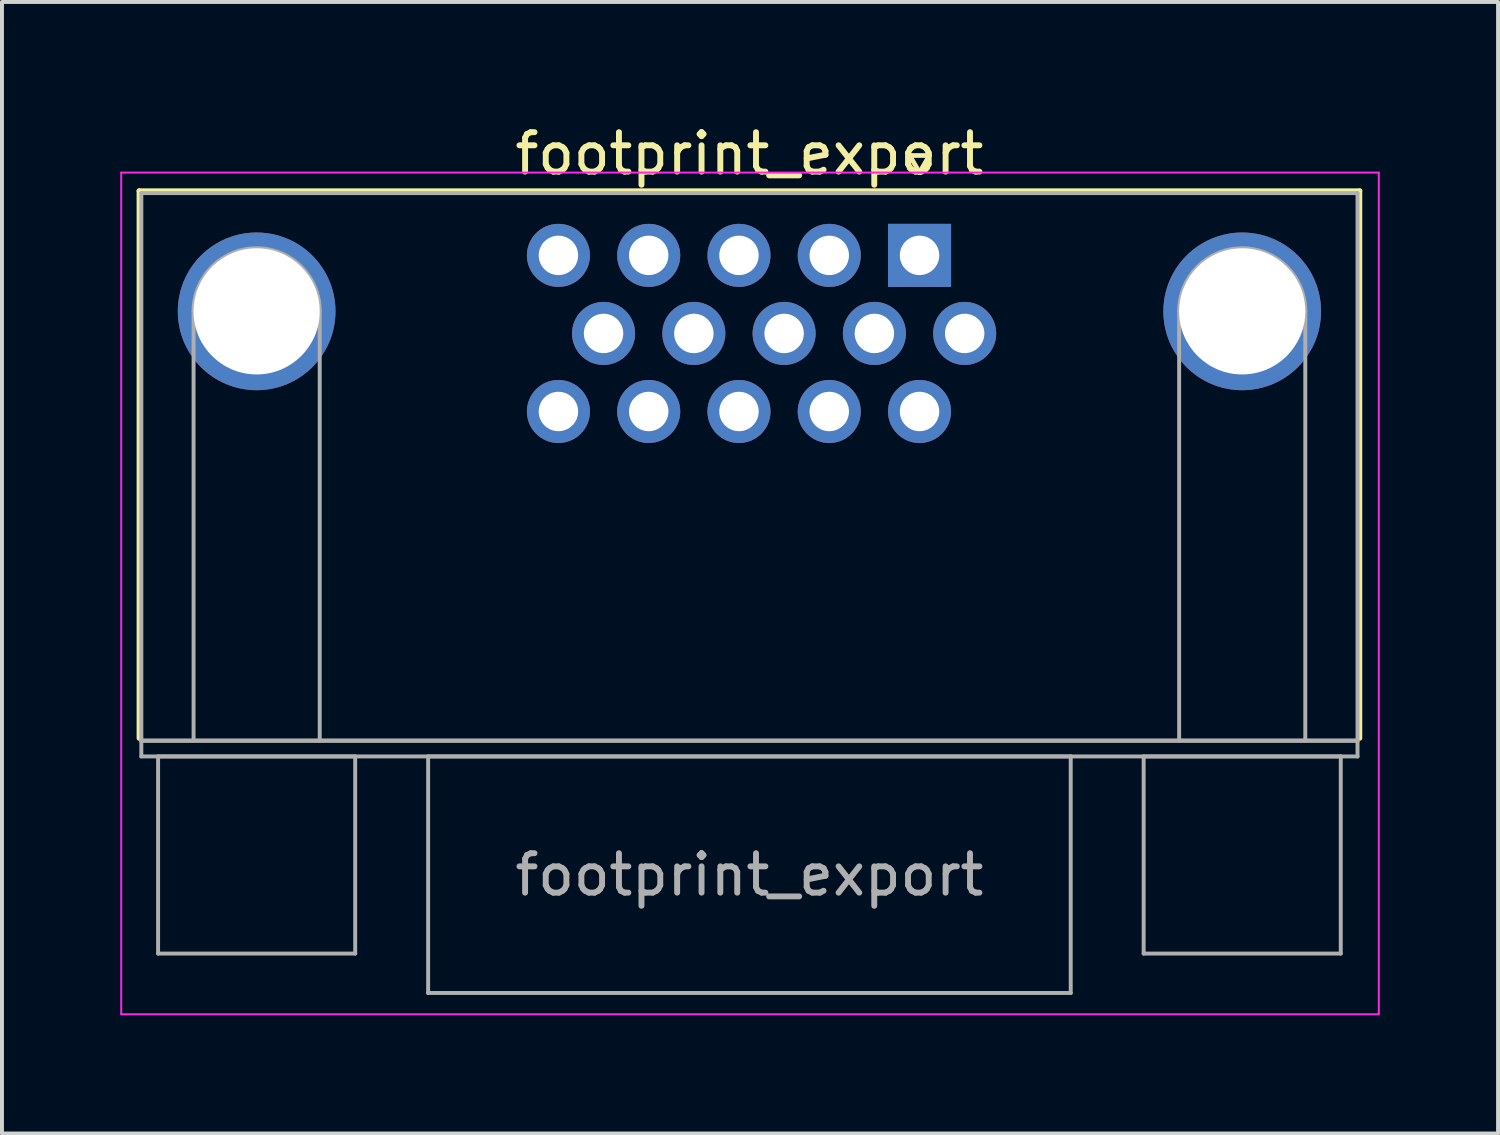
<source format=kicad_pcb>
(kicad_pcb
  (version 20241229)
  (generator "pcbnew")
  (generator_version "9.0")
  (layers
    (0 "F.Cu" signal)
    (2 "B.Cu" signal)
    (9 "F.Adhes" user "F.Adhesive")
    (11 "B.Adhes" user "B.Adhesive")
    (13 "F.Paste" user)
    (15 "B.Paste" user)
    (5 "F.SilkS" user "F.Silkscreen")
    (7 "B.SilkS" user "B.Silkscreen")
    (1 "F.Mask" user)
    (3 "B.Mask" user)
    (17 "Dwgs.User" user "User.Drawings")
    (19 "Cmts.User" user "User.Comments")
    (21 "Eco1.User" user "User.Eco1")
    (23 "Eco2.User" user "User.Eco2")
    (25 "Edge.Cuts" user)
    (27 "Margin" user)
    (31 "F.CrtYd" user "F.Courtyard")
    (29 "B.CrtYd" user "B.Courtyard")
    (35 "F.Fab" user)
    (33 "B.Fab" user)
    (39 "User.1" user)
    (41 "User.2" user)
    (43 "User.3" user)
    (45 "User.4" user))
  (footprint "footprint_export"
    (layer "F.Cu")
    (at 20.275 3.428)
    (property "Reference" "footprint_export" (at -4.315 -2.58 0) (layer "F.SilkS") (effects (font (size 1 1) (thickness 0.15))))
    (attr through_hole)
    (fp_line (start -19.8 -1.64) (end 11.17 -1.64) (stroke (width 0.12) (type solid)) (layer "F.SilkS"))
    (fp_line (start -19.8 12.25) (end -19.8 -1.64) (stroke (width 0.12) (type solid)) (layer "F.SilkS"))
    (fp_line (start -0.25 -2.534) (end 0.25 -2.534) (stroke (width 0.12) (type solid)) (layer "F.SilkS"))
    (fp_line (start 0 -2.101) (end -0.25 -2.534) (stroke (width 0.12) (type solid)) (layer "F.SilkS"))
    (fp_line (start 0.25 -2.534) (end 0 -2.101) (stroke (width 0.12) (type solid)) (layer "F.SilkS"))
    (fp_line (start 11.17 -1.64) (end 11.17 12.25) (stroke (width 0.12) (type solid)) (layer "F.SilkS"))
    (fp_line (start -20.25 -2.1) (end -20.25 19.25) (stroke (width 0.05) (type solid)) (layer "F.CrtYd"))
    (fp_line (start -20.25 19.25) (end 11.65 19.25) (stroke (width 0.05) (type solid)) (layer "F.CrtYd"))
    (fp_line (start 11.65 -2.1) (end -20.25 -2.1) (stroke (width 0.05) (type solid)) (layer "F.CrtYd"))
    (fp_line (start 11.65 19.25) (end 11.65 -2.1) (stroke (width 0.05) (type solid)) (layer "F.CrtYd"))
    (fp_line (start -19.74 -1.58) (end -19.74 12.31) (stroke (width 0.1) (type solid)) (layer "F.Fab"))
    (fp_line (start -19.74 12.31) (end -19.74 12.71) (stroke (width 0.1) (type solid)) (layer "F.Fab"))
    (fp_line (start -19.74 12.31) (end 11.11 12.31) (stroke (width 0.1) (type solid)) (layer "F.Fab"))
    (fp_line (start -19.74 12.71) (end 11.11 12.71) (stroke (width 0.1) (type solid)) (layer "F.Fab"))
    (fp_line (start -19.315 12.71) (end -19.315 17.71) (stroke (width 0.1) (type solid)) (layer "F.Fab"))
    (fp_line (start -19.315 17.71) (end -14.315 17.71) (stroke (width 0.1) (type solid)) (layer "F.Fab"))
    (fp_line (start -18.415 12.31) (end -18.415 1.42) (stroke (width 0.1) (type solid)) (layer "F.Fab"))
    (fp_line (start -15.215 12.31) (end -15.215 1.42) (stroke (width 0.1) (type solid)) (layer "F.Fab"))
    (fp_line (start -14.315 12.71) (end -19.315 12.71) (stroke (width 0.1) (type solid)) (layer "F.Fab"))
    (fp_line (start -14.315 17.71) (end -14.315 12.71) (stroke (width 0.1) (type solid)) (layer "F.Fab"))
    (fp_line (start -12.465 12.71) (end -12.465 18.71) (stroke (width 0.1) (type solid)) (layer "F.Fab"))
    (fp_line (start -12.465 18.71) (end 3.835 18.71) (stroke (width 0.1) (type solid)) (layer "F.Fab"))
    (fp_line (start 3.835 12.71) (end -12.465 12.71) (stroke (width 0.1) (type solid)) (layer "F.Fab"))
    (fp_line (start 3.835 18.71) (end 3.835 12.71) (stroke (width 0.1) (type solid)) (layer "F.Fab"))
    (fp_line (start 5.685 12.71) (end 5.685 17.71) (stroke (width 0.1) (type solid)) (layer "F.Fab"))
    (fp_line (start 5.685 17.71) (end 10.685 17.71) (stroke (width 0.1) (type solid)) (layer "F.Fab"))
    (fp_line (start 6.585 12.31) (end 6.585 1.42) (stroke (width 0.1) (type solid)) (layer "F.Fab"))
    (fp_line (start 9.785 12.31) (end 9.785 1.42) (stroke (width 0.1) (type solid)) (layer "F.Fab"))
    (fp_line (start 10.685 12.71) (end 5.685 12.71) (stroke (width 0.1) (type solid)) (layer "F.Fab"))
    (fp_line (start 10.685 17.71) (end 10.685 12.71) (stroke (width 0.1) (type solid)) (layer "F.Fab"))
    (fp_line (start 11.11 -1.58) (end -19.74 -1.58) (stroke (width 0.1) (type solid)) (layer "F.Fab"))
    (fp_line (start 11.11 12.31) (end -19.74 12.31) (stroke (width 0.1) (type solid)) (layer "F.Fab"))
    (fp_line (start 11.11 12.31) (end 11.11 -1.58) (stroke (width 0.1) (type solid)) (layer "F.Fab"))
    (fp_line (start 11.11 12.71) (end 11.11 12.31) (stroke (width 0.1) (type solid)) (layer "F.Fab"))
    (fp_arc (start -18.415 1.42) (mid -16.815 -0.18) (end -15.215 1.42) (stroke (width 0.1) (type solid)) (layer "F.Fab"))
    (fp_arc (start 6.585 1.42) (mid 8.185 -0.18) (end 9.785 1.42) (stroke (width 0.1) (type solid)) (layer "F.Fab"))
    (fp_text user "${REFERENCE}" (at -4.315 15.71 0) (layer "F.Fab") (effects (font (size 1 1) (thickness 0.15))))
    (pad "0" thru_hole circle (at -16.815 1.42) (size 4 4) (drill 3.2) (layers "*.Cu" "*.Mask"))
    (pad "0" thru_hole circle (at 8.185 1.42) (size 4 4) (drill 3.2) (layers "*.Cu" "*.Mask"))
    (pad "1" thru_hole rect (at 0 0) (size 1.6 1.6) (drill 1) (layers "*.Cu" "*.Mask"))
    (pad "2" thru_hole circle (at -2.29 0) (size 1.6 1.6) (drill 1) (layers "*.Cu" "*.Mask"))
    (pad "3" thru_hole circle (at -4.58 0) (size 1.6 1.6) (drill 1) (layers "*.Cu" "*.Mask"))
    (pad "4" thru_hole circle (at -6.87 0) (size 1.6 1.6) (drill 1) (layers "*.Cu" "*.Mask"))
    (pad "5" thru_hole circle (at -9.16 0) (size 1.6 1.6) (drill 1) (layers "*.Cu" "*.Mask"))
    (pad "6" thru_hole circle (at 1.145 1.98) (size 1.6 1.6) (drill 1) (layers "*.Cu" "*.Mask"))
    (pad "7" thru_hole circle (at -1.145 1.98) (size 1.6 1.6) (drill 1) (layers "*.Cu" "*.Mask"))
    (pad "8" thru_hole circle (at -3.435 1.98) (size 1.6 1.6) (drill 1) (layers "*.Cu" "*.Mask"))
    (pad "9" thru_hole circle (at -5.725 1.98) (size 1.6 1.6) (drill 1) (layers "*.Cu" "*.Mask"))
    (pad "10" thru_hole circle (at -8.015 1.98) (size 1.6 1.6) (drill 1) (layers "*.Cu" "*.Mask"))
    (pad "11" thru_hole circle (at 0 3.96) (size 1.6 1.6) (drill 1) (layers "*.Cu" "*.Mask"))
    (pad "12" thru_hole circle (at -2.29 3.96) (size 1.6 1.6) (drill 1) (layers "*.Cu" "*.Mask"))
    (pad "13" thru_hole circle (at -4.58 3.96) (size 1.6 1.6) (drill 1) (layers "*.Cu" "*.Mask"))
    (pad "14" thru_hole circle (at -6.87 3.96) (size 1.6 1.6) (drill 1) (layers "*.Cu" "*.Mask"))
    (pad "15" thru_hole circle (at -9.16 3.96) (size 1.6 1.6) (drill 1) (layers "*.Cu" "*.Mask")))
  (gr_rect
    (start -3 -3)
    (end 34.95 25.703)
    (stroke (width 0.1) (type default))
    (fill no)
    (layer "Edge.Cuts")))
</source>
